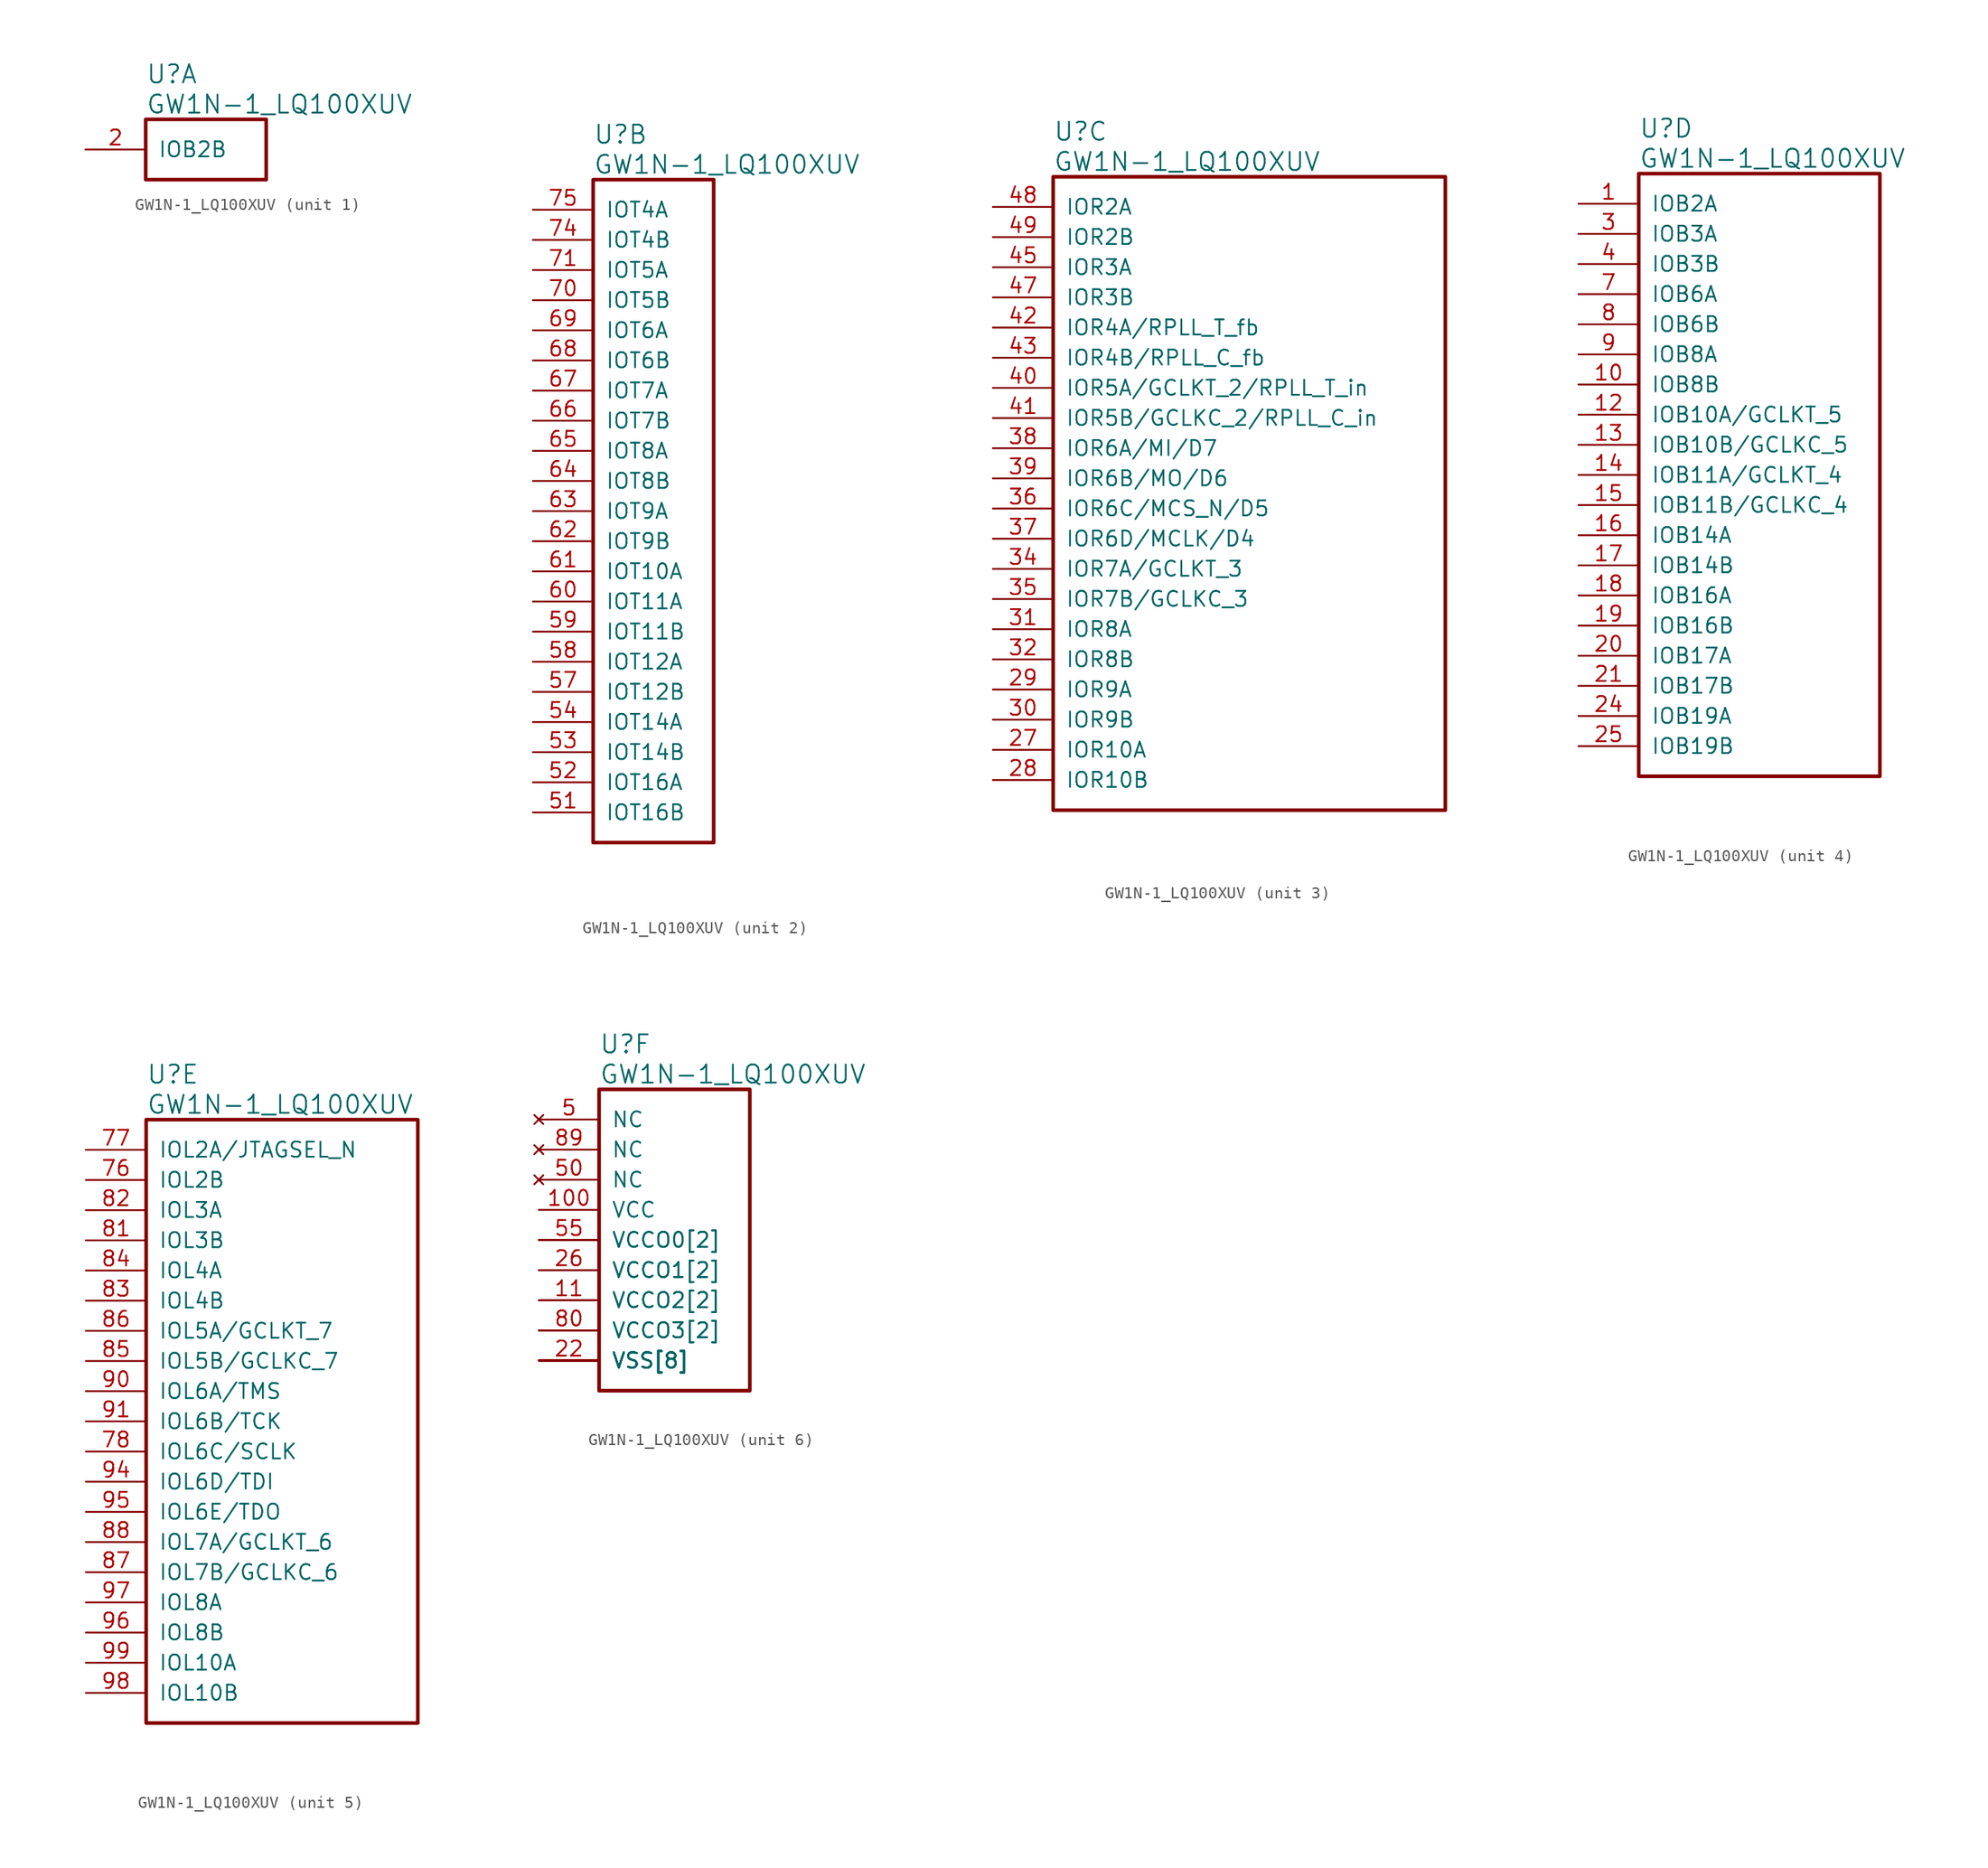
<source format=kicad_sym>
(kicad_symbol_lib
  (version 20220914)
  (generator kicad_symbol_editor)
  (symbol "GW1N-1_LQ100XUV"
    (pin_names
      (offset 1.016))
    (property "Reference" "U"
      (at 5.08 6.35 0)
      (effects (font (size 1.524 1.524)) (justify left)))
    (property "Value" "GW1N-1_LQ100XUV"
      (at 5.08 3.81 0)
      (effects (font (size 1.524 1.524)) (justify left)))
    (property "ki_locked" ""
      (at 0 0 0)
      (effects (font (size 1.27 1.27))))
    (symbol "GW1N-1_LQ100XUV_1_1"
      (rectangle (start 5.08 2.54) (end 15.24 -2.54) (stroke (width 0.305) (type solid)) (fill (type none)))
      (pin bidirectional line (at 0 0 0) (length 5.08) (name "IOB2B" (effects (font (size 1.27 1.27)))) (number "2" (effects (font (size 1.27 1.27))))))
    (symbol "GW1N-1_LQ100XUV_2_1"
      (rectangle (start 5.08 2.54) (end 15.24 -53.34) (stroke (width 0.305) (type solid)) (fill (type none)))
      (pin bidirectional line (at 0 -50.8 0) (length 5.08) (name "IOT16B" (effects (font (size 1.27 1.27)))) (number "51" (effects (font (size 1.27 1.27)))))
      (pin bidirectional line (at 0 -48.26 0) (length 5.08) (name "IOT16A" (effects (font (size 1.27 1.27)))) (number "52" (effects (font (size 1.27 1.27)))))
      (pin bidirectional line (at 0 -45.72 0) (length 5.08) (name "IOT14B" (effects (font (size 1.27 1.27)))) (number "53" (effects (font (size 1.27 1.27)))))
      (pin bidirectional line (at 0 -43.18 0) (length 5.08) (name "IOT14A" (effects (font (size 1.27 1.27)))) (number "54" (effects (font (size 1.27 1.27)))))
      (pin bidirectional line (at 0 -40.64 0) (length 5.08) (name "IOT12B" (effects (font (size 1.27 1.27)))) (number "57" (effects (font (size 1.27 1.27)))))
      (pin bidirectional line (at 0 -38.1 0) (length 5.08) (name "IOT12A" (effects (font (size 1.27 1.27)))) (number "58" (effects (font (size 1.27 1.27)))))
      (pin bidirectional line (at 0 -35.56 0) (length 5.08) (name "IOT11B" (effects (font (size 1.27 1.27)))) (number "59" (effects (font (size 1.27 1.27)))))
      (pin bidirectional line (at 0 -33.02 0) (length 5.08) (name "IOT11A" (effects (font (size 1.27 1.27)))) (number "60" (effects (font (size 1.27 1.27)))))
      (pin bidirectional line (at 0 -30.48 0) (length 5.08) (name "IOT10A" (effects (font (size 1.27 1.27)))) (number "61" (effects (font (size 1.27 1.27)))))
      (pin bidirectional line (at 0 -27.94 0) (length 5.08) (name "IOT9B" (effects (font (size 1.27 1.27)))) (number "62" (effects (font (size 1.27 1.27)))))
      (pin bidirectional line (at 0 -25.4 0) (length 5.08) (name "IOT9A" (effects (font (size 1.27 1.27)))) (number "63" (effects (font (size 1.27 1.27)))))
      (pin bidirectional line (at 0 -22.86 0) (length 5.08) (name "IOT8B" (effects (font (size 1.27 1.27)))) (number "64" (effects (font (size 1.27 1.27)))))
      (pin bidirectional line (at 0 -20.32 0) (length 5.08) (name "IOT8A" (effects (font (size 1.27 1.27)))) (number "65" (effects (font (size 1.27 1.27)))))
      (pin bidirectional line (at 0 -17.78 0) (length 5.08) (name "IOT7B" (effects (font (size 1.27 1.27)))) (number "66" (effects (font (size 1.27 1.27)))))
      (pin bidirectional line (at 0 -15.24 0) (length 5.08) (name "IOT7A" (effects (font (size 1.27 1.27)))) (number "67" (effects (font (size 1.27 1.27)))))
      (pin bidirectional line (at 0 -12.7 0) (length 5.08) (name "IOT6B" (effects (font (size 1.27 1.27)))) (number "68" (effects (font (size 1.27 1.27)))))
      (pin bidirectional line (at 0 -10.16 0) (length 5.08) (name "IOT6A" (effects (font (size 1.27 1.27)))) (number "69" (effects (font (size 1.27 1.27)))))
      (pin bidirectional line (at 0 -7.62 0) (length 5.08) (name "IOT5B" (effects (font (size 1.27 1.27)))) (number "70" (effects (font (size 1.27 1.27)))))
      (pin bidirectional line (at 0 -5.08 0) (length 5.08) (name "IOT5A" (effects (font (size 1.27 1.27)))) (number "71" (effects (font (size 1.27 1.27)))))
      (pin bidirectional line (at 0 -2.54 0) (length 5.08) (name "IOT4B" (effects (font (size 1.27 1.27)))) (number "74" (effects (font (size 1.27 1.27)))))
      (pin bidirectional line (at 0 0 0) (length 5.08) (name "IOT4A" (effects (font (size 1.27 1.27)))) (number "75" (effects (font (size 1.27 1.27))))))
    (symbol "GW1N-1_LQ100XUV_3_1"
      (rectangle (start 5.08 2.54) (end 38.1 -50.8) (stroke (width 0.305) (type solid)) (fill (type none)))
      (pin bidirectional line (at 0 -45.72 0) (length 5.08) (name "IOR10A" (effects (font (size 1.27 1.27)))) (number "27" (effects (font (size 1.27 1.27)))))
      (pin bidirectional line (at 0 -48.26 0) (length 5.08) (name "IOR10B" (effects (font (size 1.27 1.27)))) (number "28" (effects (font (size 1.27 1.27)))))
      (pin bidirectional line (at 0 -40.64 0) (length 5.08) (name "IOR9A" (effects (font (size 1.27 1.27)))) (number "29" (effects (font (size 1.27 1.27)))))
      (pin bidirectional line (at 0 -43.18 0) (length 5.08) (name "IOR9B" (effects (font (size 1.27 1.27)))) (number "30" (effects (font (size 1.27 1.27)))))
      (pin bidirectional line (at 0 -35.56 0) (length 5.08) (name "IOR8A" (effects (font (size 1.27 1.27)))) (number "31" (effects (font (size 1.27 1.27)))))
      (pin bidirectional line (at 0 -38.1 0) (length 5.08) (name "IOR8B" (effects (font (size 1.27 1.27)))) (number "32" (effects (font (size 1.27 1.27)))))
      (pin bidirectional line (at 0 -30.48 0) (length 5.08) (name "IOR7A/GCLKT_3" (effects (font (size 1.27 1.27)))) (number "34" (effects (font (size 1.27 1.27)))))
      (pin bidirectional line (at 0 -33.02 0) (length 5.08) (name "IOR7B/GCLKC_3" (effects (font (size 1.27 1.27)))) (number "35" (effects (font (size 1.27 1.27)))))
      (pin bidirectional line (at 0 -25.4 0) (length 5.08) (name "IOR6C/MCS_N/D5" (effects (font (size 1.27 1.27)))) (number "36" (effects (font (size 1.27 1.27)))))
      (pin bidirectional line (at 0 -27.94 0) (length 5.08) (name "IOR6D/MCLK/D4" (effects (font (size 1.27 1.27)))) (number "37" (effects (font (size 1.27 1.27)))))
      (pin bidirectional line (at 0 -20.32 0) (length 5.08) (name "IOR6A/MI/D7" (effects (font (size 1.27 1.27)))) (number "38" (effects (font (size 1.27 1.27)))))
      (pin bidirectional line (at 0 -22.86 0) (length 5.08) (name "IOR6B/MO/D6" (effects (font (size 1.27 1.27)))) (number "39" (effects (font (size 1.27 1.27)))))
      (pin bidirectional line (at 0 -15.24 0) (length 5.08) (name "IOR5A/GCLKT_2/RPLL_T_in" (effects (font (size 1.27 1.27)))) (number "40" (effects (font (size 1.27 1.27)))))
      (pin bidirectional line (at 0 -17.78 0) (length 5.08) (name "IOR5B/GCLKC_2/RPLL_C_in" (effects (font (size 1.27 1.27)))) (number "41" (effects (font (size 1.27 1.27)))))
      (pin bidirectional line (at 0 -10.16 0) (length 5.08) (name "IOR4A/RPLL_T_fb" (effects (font (size 1.27 1.27)))) (number "42" (effects (font (size 1.27 1.27)))))
      (pin bidirectional line (at 0 -12.7 0) (length 5.08) (name "IOR4B/RPLL_C_fb" (effects (font (size 1.27 1.27)))) (number "43" (effects (font (size 1.27 1.27)))))
      (pin bidirectional line (at 0 -5.08 0) (length 5.08) (name "IOR3A" (effects (font (size 1.27 1.27)))) (number "45" (effects (font (size 1.27 1.27)))))
      (pin bidirectional line (at 0 -7.62 0) (length 5.08) (name "IOR3B" (effects (font (size 1.27 1.27)))) (number "47" (effects (font (size 1.27 1.27)))))
      (pin bidirectional line (at 0 0 0) (length 5.08) (name "IOR2A" (effects (font (size 1.27 1.27)))) (number "48" (effects (font (size 1.27 1.27)))))
      (pin bidirectional line (at 0 -2.54 0) (length 5.08) (name "IOR2B" (effects (font (size 1.27 1.27)))) (number "49" (effects (font (size 1.27 1.27))))))
    (symbol "GW1N-1_LQ100XUV_4_1"
      (rectangle (start 5.08 2.54) (end 25.4 -48.26) (stroke (width 0.305) (type solid)) (fill (type none)))
      (pin bidirectional line (at 0 0 0) (length 5.08) (name "IOB2A" (effects (font (size 1.27 1.27)))) (number "1" (effects (font (size 1.27 1.27)))))
      (pin bidirectional line (at 0 -15.24 0) (length 5.08) (name "IOB8B" (effects (font (size 1.27 1.27)))) (number "10" (effects (font (size 1.27 1.27)))))
      (pin bidirectional line (at 0 -17.78 0) (length 5.08) (name "IOB10A/GCLKT_5" (effects (font (size 1.27 1.27)))) (number "12" (effects (font (size 1.27 1.27)))))
      (pin bidirectional line (at 0 -20.32 0) (length 5.08) (name "IOB10B/GCLKC_5" (effects (font (size 1.27 1.27)))) (number "13" (effects (font (size 1.27 1.27)))))
      (pin bidirectional line (at 0 -22.86 0) (length 5.08) (name "IOB11A/GCLKT_4" (effects (font (size 1.27 1.27)))) (number "14" (effects (font (size 1.27 1.27)))))
      (pin bidirectional line (at 0 -25.4 0) (length 5.08) (name "IOB11B/GCLKC_4" (effects (font (size 1.27 1.27)))) (number "15" (effects (font (size 1.27 1.27)))))
      (pin bidirectional line (at 0 -27.94 0) (length 5.08) (name "IOB14A" (effects (font (size 1.27 1.27)))) (number "16" (effects (font (size 1.27 1.27)))))
      (pin bidirectional line (at 0 -30.48 0) (length 5.08) (name "IOB14B" (effects (font (size 1.27 1.27)))) (number "17" (effects (font (size 1.27 1.27)))))
      (pin bidirectional line (at 0 -33.02 0) (length 5.08) (name "IOB16A" (effects (font (size 1.27 1.27)))) (number "18" (effects (font (size 1.27 1.27)))))
      (pin bidirectional line (at 0 -35.56 0) (length 5.08) (name "IOB16B" (effects (font (size 1.27 1.27)))) (number "19" (effects (font (size 1.27 1.27)))))
      (pin bidirectional line (at 0 -38.1 0) (length 5.08) (name "IOB17A" (effects (font (size 1.27 1.27)))) (number "20" (effects (font (size 1.27 1.27)))))
      (pin bidirectional line (at 0 -40.64 0) (length 5.08) (name "IOB17B" (effects (font (size 1.27 1.27)))) (number "21" (effects (font (size 1.27 1.27)))))
      (pin bidirectional line (at 0 -43.18 0) (length 5.08) (name "IOB19A" (effects (font (size 1.27 1.27)))) (number "24" (effects (font (size 1.27 1.27)))))
      (pin bidirectional line (at 0 -45.72 0) (length 5.08) (name "IOB19B" (effects (font (size 1.27 1.27)))) (number "25" (effects (font (size 1.27 1.27)))))
      (pin bidirectional line (at 0 -2.54 0) (length 5.08) (name "IOB3A" (effects (font (size 1.27 1.27)))) (number "3" (effects (font (size 1.27 1.27)))))
      (pin bidirectional line (at 0 -5.08 0) (length 5.08) (name "IOB3B" (effects (font (size 1.27 1.27)))) (number "4" (effects (font (size 1.27 1.27)))))
      (pin bidirectional line (at 0 -7.62 0) (length 5.08) (name "IOB6A" (effects (font (size 1.27 1.27)))) (number "7" (effects (font (size 1.27 1.27)))))
      (pin bidirectional line (at 0 -10.16 0) (length 5.08) (name "IOB6B" (effects (font (size 1.27 1.27)))) (number "8" (effects (font (size 1.27 1.27)))))
      (pin bidirectional line (at 0 -12.7 0) (length 5.08) (name "IOB8A" (effects (font (size 1.27 1.27)))) (number "9" (effects (font (size 1.27 1.27))))))
    (symbol "GW1N-1_LQ100XUV_5_1"
      (rectangle (start 5.08 2.54) (end 27.94 -48.26) (stroke (width 0.305) (type solid)) (fill (type none)))
      (pin bidirectional line (at 0 -2.54 0) (length 5.08) (name "IOL2B" (effects (font (size 1.27 1.27)))) (number "76" (effects (font (size 1.27 1.27)))))
      (pin bidirectional line (at 0 0 0) (length 5.08) (name "IOL2A/JTAGSEL_N" (effects (font (size 1.27 1.27)))) (number "77" (effects (font (size 1.27 1.27)))))
      (pin bidirectional line (at 0 -25.4 0) (length 5.08) (name "IOL6C/SCLK" (effects (font (size 1.27 1.27)))) (number "78" (effects (font (size 1.27 1.27)))))
      (pin bidirectional line (at 0 -7.62 0) (length 5.08) (name "IOL3B" (effects (font (size 1.27 1.27)))) (number "81" (effects (font (size 1.27 1.27)))))
      (pin bidirectional line (at 0 -5.08 0) (length 5.08) (name "IOL3A" (effects (font (size 1.27 1.27)))) (number "82" (effects (font (size 1.27 1.27)))))
      (pin bidirectional line (at 0 -12.7 0) (length 5.08) (name "IOL4B" (effects (font (size 1.27 1.27)))) (number "83" (effects (font (size 1.27 1.27)))))
      (pin bidirectional line (at 0 -10.16 0) (length 5.08) (name "IOL4A" (effects (font (size 1.27 1.27)))) (number "84" (effects (font (size 1.27 1.27)))))
      (pin bidirectional line (at 0 -17.78 0) (length 5.08) (name "IOL5B/GCLKC_7" (effects (font (size 1.27 1.27)))) (number "85" (effects (font (size 1.27 1.27)))))
      (pin bidirectional line (at 0 -15.24 0) (length 5.08) (name "IOL5A/GCLKT_7" (effects (font (size 1.27 1.27)))) (number "86" (effects (font (size 1.27 1.27)))))
      (pin bidirectional line (at 0 -35.56 0) (length 5.08) (name "IOL7B/GCLKC_6" (effects (font (size 1.27 1.27)))) (number "87" (effects (font (size 1.27 1.27)))))
      (pin bidirectional line (at 0 -33.02 0) (length 5.08) (name "IOL7A/GCLKT_6" (effects (font (size 1.27 1.27)))) (number "88" (effects (font (size 1.27 1.27)))))
      (pin bidirectional line (at 0 -20.32 0) (length 5.08) (name "IOL6A/TMS" (effects (font (size 1.27 1.27)))) (number "90" (effects (font (size 1.27 1.27)))))
      (pin bidirectional line (at 0 -22.86 0) (length 5.08) (name "IOL6B/TCK" (effects (font (size 1.27 1.27)))) (number "91" (effects (font (size 1.27 1.27)))))
      (pin bidirectional line (at 0 -27.94 0) (length 5.08) (name "IOL6D/TDI" (effects (font (size 1.27 1.27)))) (number "94" (effects (font (size 1.27 1.27)))))
      (pin bidirectional line (at 0 -30.48 0) (length 5.08) (name "IOL6E/TDO" (effects (font (size 1.27 1.27)))) (number "95" (effects (font (size 1.27 1.27)))))
      (pin bidirectional line (at 0 -40.64 0) (length 5.08) (name "IOL8B" (effects (font (size 1.27 1.27)))) (number "96" (effects (font (size 1.27 1.27)))))
      (pin bidirectional line (at 0 -38.1 0) (length 5.08) (name "IOL8A" (effects (font (size 1.27 1.27)))) (number "97" (effects (font (size 1.27 1.27)))))
      (pin bidirectional line (at 0 -45.72 0) (length 5.08) (name "IOL10B" (effects (font (size 1.27 1.27)))) (number "98" (effects (font (size 1.27 1.27)))))
      (pin bidirectional line (at 0 -43.18 0) (length 5.08) (name "IOL10A" (effects (font (size 1.27 1.27)))) (number "99" (effects (font (size 1.27 1.27))))))
    (symbol "GW1N-1_LQ100XUV_6_1"
      (rectangle (start 5.08 2.54) (end 17.78 -22.86) (stroke (width 0.305) (type solid)) (fill (type none)))
      (pin power_in line (at 0 -7.62 0) (length 5.08) (name "VCC" (effects (font (size 1.27 1.27)))) (number "100" (effects (font (size 1.27 1.27)))))
      (pin power_in line (at 0 -15.24 0) (length 5.08) (name "VCCO2[2]" (effects (font (size 1.27 1.27)))) (number "11" (effects (font (size 1.27 1.27)))))
      (pin power_in line (at 0 -20.32 0) (length 5.08) (name "VSS[8]" (effects (font (size 1.27 1.27)))) (number "22" (effects (font (size 1.27 1.27)))))
      (pin power_in line (at 0 -15.24 0) (length 5.08) (name "VCCO2[2]" (effects (font (size 1.27 1.27)))) (number "23" (effects (font (size 0 0)))))
      (pin power_in line (at 0 -12.7 0) (length 5.08) (name "VCCO1[2]" (effects (font (size 1.27 1.27)))) (number "26" (effects (font (size 1.27 1.27)))))
      (pin power_in line (at 0 -20.32 0) (length 5.08) (name "VSS[8]" (effects (font (size 1.27 1.27)))) (number "33" (effects (font (size 0 0)))))
      (pin power_in line (at 0 -20.32 0) (length 5.08) (name "VSS[8]" (effects (font (size 1.27 1.27)))) (number "44" (effects (font (size 0 0)))))
      (pin power_in line (at 0 -12.7 0) (length 5.08) (name "VCCO1[2]" (effects (font (size 1.27 1.27)))) (number "46" (effects (font (size 0 0)))))
      (pin no_connect line (at 0 0 0) (length 5.08) (name "NC" (effects (font (size 1.27 1.27)))) (number "5" (effects (font (size 1.27 1.27)))))
      (pin no_connect line (at 0 -5.08 0) (length 5.08) (name "NC" (effects (font (size 1.27 1.27)))) (number "50" (effects (font (size 1.27 1.27)))))
      (pin power_in line (at 0 -10.16 0) (length 5.08) (name "VCCO0[2]" (effects (font (size 1.27 1.27)))) (number "55" (effects (font (size 1.27 1.27)))))
      (pin power_in line (at 0 -20.32 0) (length 5.08) (name "VSS[8]" (effects (font (size 1.27 1.27)))) (number "56" (effects (font (size 0 0)))))
      (pin power_in line (at 0 -20.32 0) (length 5.08) (name "VSS[8]" (effects (font (size 1.27 1.27)))) (number "6" (effects (font (size 0 0)))))
      (pin power_in line (at 0 -20.32 0) (length 5.08) (name "VSS[8]" (effects (font (size 1.27 1.27)))) (number "72" (effects (font (size 0 0)))))
      (pin power_in line (at 0 -10.16 0) (length 5.08) (name "VCCO0[2]" (effects (font (size 1.27 1.27)))) (number "73" (effects (font (size 0 0)))))
      (pin power_in line (at 0 -20.32 0) (length 5.08) (name "VSS[8]" (effects (font (size 1.27 1.27)))) (number "79" (effects (font (size 0 0)))))
      (pin power_in line (at 0 -17.78 0) (length 5.08) (name "VCCO3[2]" (effects (font (size 1.27 1.27)))) (number "80" (effects (font (size 1.27 1.27)))))
      (pin no_connect line (at 0 -2.54 0) (length 5.08) (name "NC" (effects (font (size 1.27 1.27)))) (number "89" (effects (font (size 1.27 1.27)))))
      (pin power_in line (at 0 -20.32 0) (length 5.08) (name "VSS[8]" (effects (font (size 1.27 1.27)))) (number "92" (effects (font (size 0 0)))))
      (pin power_in line (at 0 -17.78 0) (length 5.08) (name "VCCO3[2]" (effects (font (size 1.27 1.27)))) (number "93" (effects (font (size 0 0))))))))
</source>
